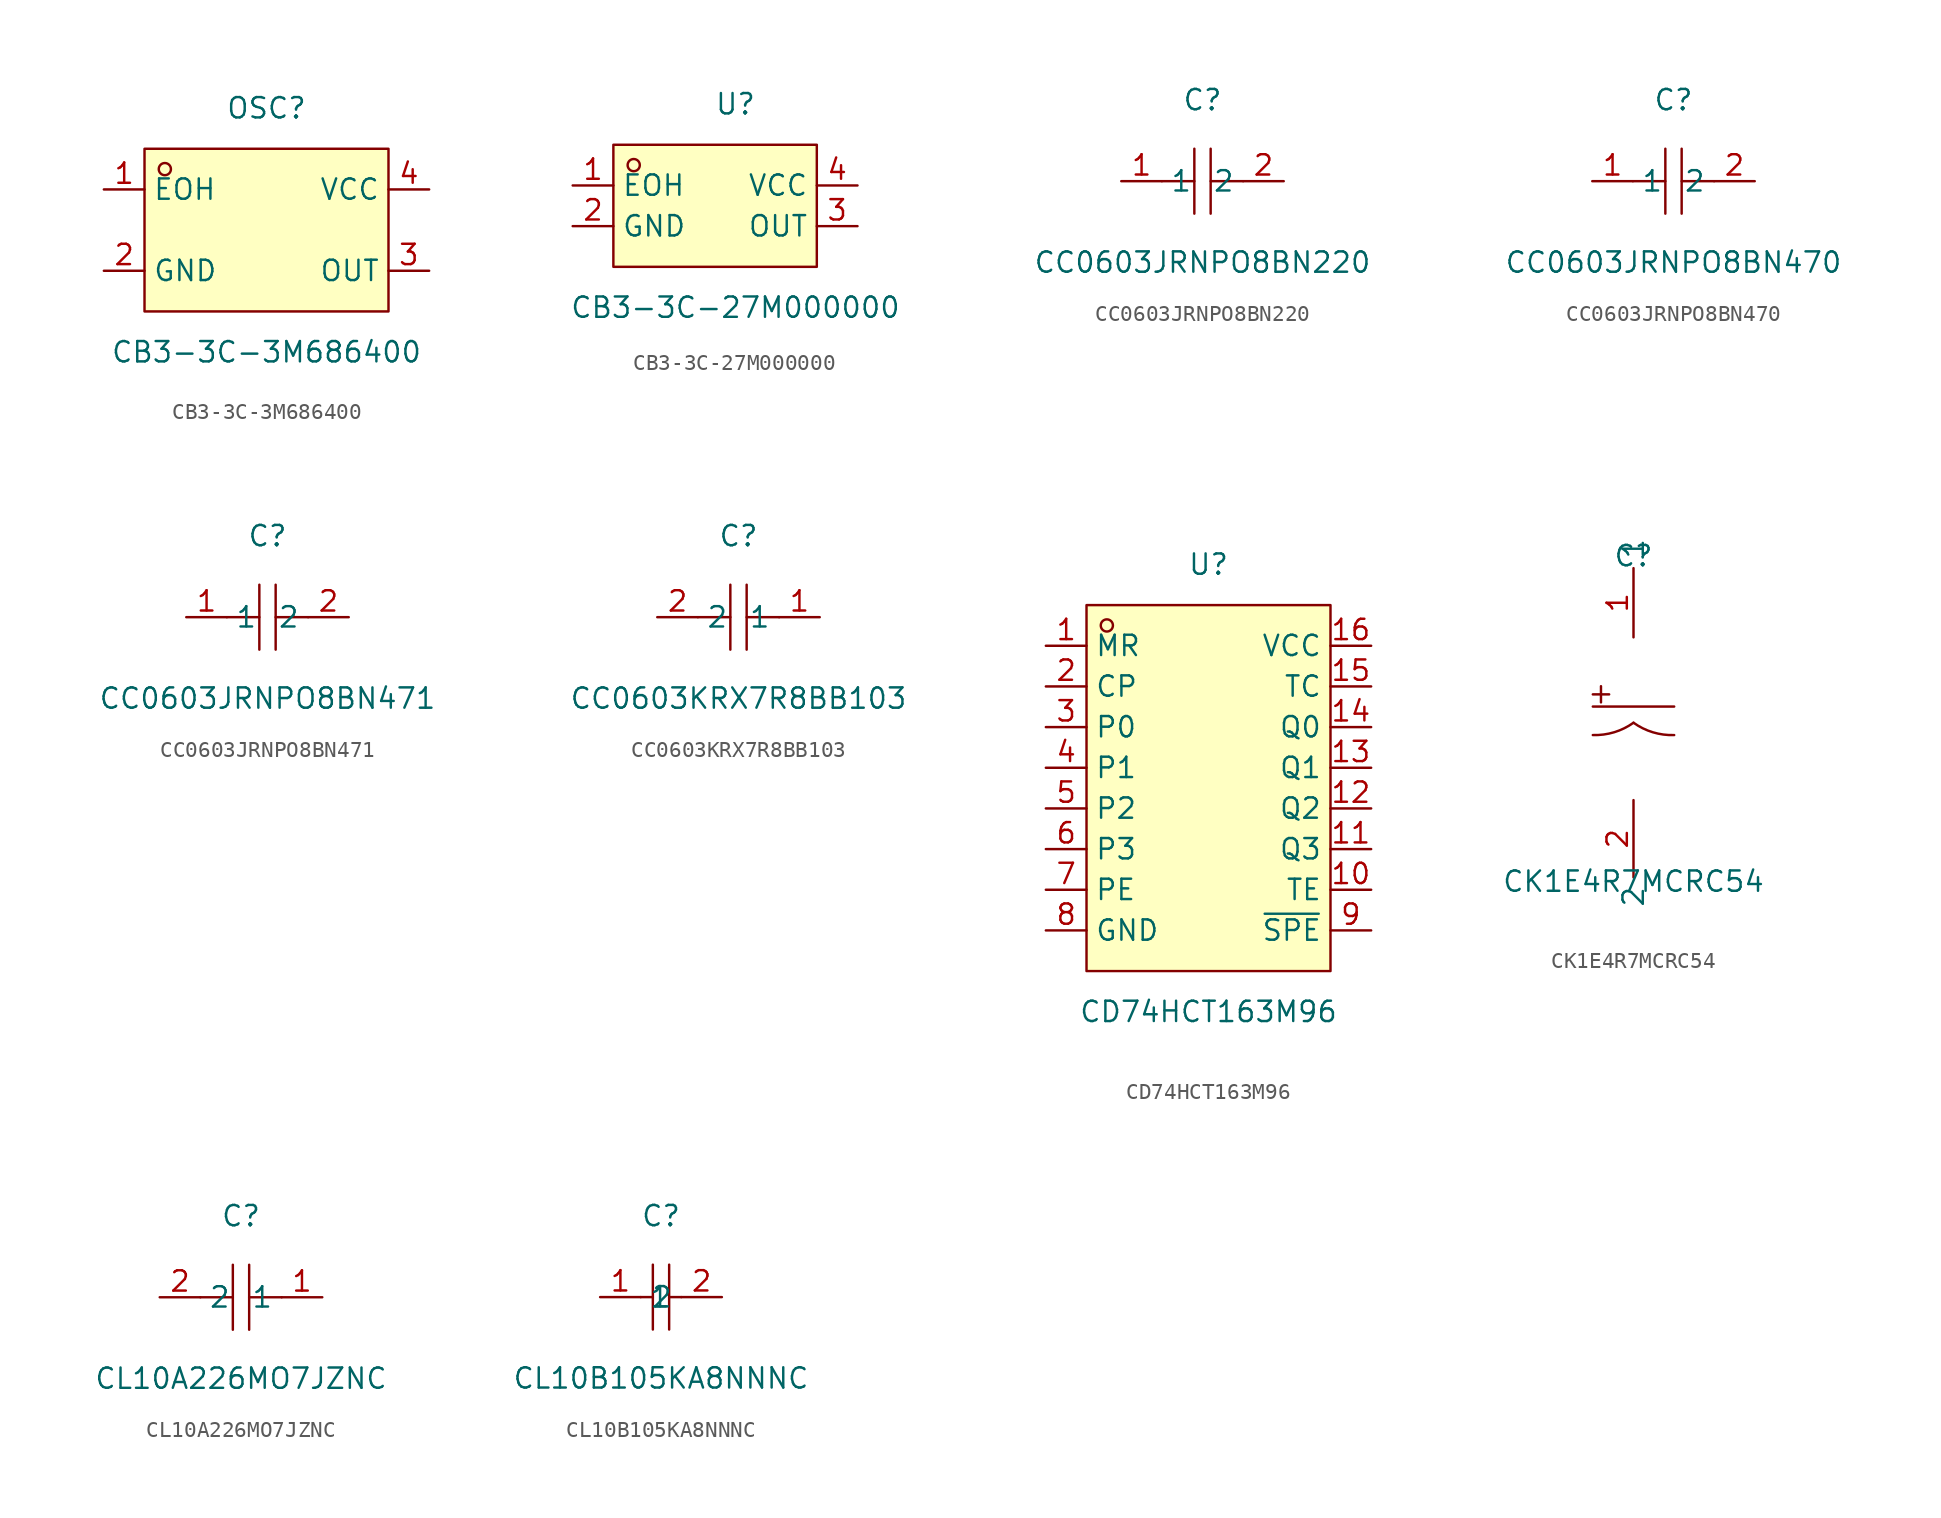
<source format=kicad_sym>
(kicad_symbol_lib
  (version 20211014)
  (generator https://github.com/uPesy/easyeda2kicad.py)
  (symbol "CB3-3C-3M686400"
    (property "Reference" "OSC"
      (at 0 7.62 0)
      (effects (font (size 1.27 1.27))))
    (property "Value" "CB3-3C-3M686400"
      (at 0 -7.62 0)
      (effects (font (size 1.27 1.27))))
    (symbol "CB3-3C-3M686400_0_1"
      (rectangle (start -7.62 5.08) (end 7.62 -5.08) (stroke (width 0) (type default) (color 0 0 0 0)) (fill (type background)))
      (circle (center -6.35 3.81) (radius 0.38) (stroke (width 0) (type default) (color 0 0 0 0)) (fill (type none)))
      (pin unspecified line (at 10.16 2.54 180) (length 2.54) (name "VCC" (effects (font (size 1.27 1.27)))) (number "4" (effects (font (size 1.27 1.27)))))
      (pin unspecified line (at 10.16 -2.54 180) (length 2.54) (name "OUT" (effects (font (size 1.27 1.27)))) (number "3" (effects (font (size 1.27 1.27)))))
      (pin unspecified line (at -10.16 -2.54 0) (length 2.54) (name "GND" (effects (font (size 1.27 1.27)))) (number "2" (effects (font (size 1.27 1.27)))))
      (pin unspecified line (at -10.16 2.54 0) (length 2.54) (name "EOH" (effects (font (size 1.27 1.27)))) (number "1" (effects (font (size 1.27 1.27)))))))
  (symbol "CB3-3C-27M000000"
    (property "Reference" "U"
      (at 0 7.62 0)
      (effects (font (size 1.27 1.27))))
    (property "Value" "CB3-3C-27M000000"
      (at 0 -5.08 0)
      (effects (font (size 1.27 1.27))))
    (symbol "CB3-3C-27M000000_0_1"
      (rectangle (start -7.62 5.08) (end 5.08 -2.54) (stroke (width 0) (type default) (color 0 0 0 0)) (fill (type background)))
      (circle (center -6.35 3.81) (radius 0.38) (stroke (width 0) (type default) (color 0 0 0 0)) (fill (type none)))
      (pin unspecified line (at 7.62 2.54 180) (length 2.54) (name "VCC" (effects (font (size 1.27 1.27)))) (number "4" (effects (font (size 1.27 1.27)))))
      (pin unspecified line (at 7.62 -0.00 180) (length 2.54) (name "OUT" (effects (font (size 1.27 1.27)))) (number "3" (effects (font (size 1.27 1.27)))))
      (pin unspecified line (at -10.16 -0.00 0) (length 2.54) (name "GND" (effects (font (size 1.27 1.27)))) (number "2" (effects (font (size 1.27 1.27)))))
      (pin unspecified line (at -10.16 2.54 0) (length 2.54) (name "EOH" (effects (font (size 1.27 1.27)))) (number "1" (effects (font (size 1.27 1.27)))))))
  (symbol "CC0603JRNPO8BN220"
    (property "Reference" "C"
      (at 0 5.08 0)
      (effects (font (size 1.27 1.27))))
    (property "Value" "CC0603JRNPO8BN220"
      (at 0 -5.08 0)
      (effects (font (size 1.27 1.27))))
    (symbol "CC0603JRNPO8BN220_0_1"
      (polyline (pts (xy -0.51 -2.03) (xy -0.51 2.03)) (stroke (width 0) (type default) (color 0 0 0 0)) (fill (type none)))
      (polyline (pts (xy 2.54 -0.00) (xy 0.51 -0.00)) (stroke (width 0) (type default) (color 0 0 0 0)) (fill (type none)))
      (polyline (pts (xy 0.51 2.03) (xy 0.51 -2.03)) (stroke (width 0) (type default) (color 0 0 0 0)) (fill (type none)))
      (polyline (pts (xy -0.51 -0.00) (xy -2.54 -0.00)) (stroke (width 0) (type default) (color 0 0 0 0)) (fill (type none)))
      (pin unspecified line (at -5.08 -0.00 0) (length 2.54) (name "1" (effects (font (size 1.27 1.27)))) (number "1" (effects (font (size 1.27 1.27)))))
      (pin unspecified line (at 5.08 -0.00 180) (length 2.54) (name "2" (effects (font (size 1.27 1.27)))) (number "2" (effects (font (size 1.27 1.27)))))))
  (symbol "CC0603JRNPO8BN470"
    (property "Reference" "C"
      (at 0 5.08 0)
      (effects (font (size 1.27 1.27))))
    (property "Value" "CC0603JRNPO8BN470"
      (at 0 -5.08 0)
      (effects (font (size 1.27 1.27))))
    (symbol "CC0603JRNPO8BN470_0_1"
      (polyline (pts (xy -0.51 -2.03) (xy -0.51 2.03)) (stroke (width 0) (type default) (color 0 0 0 0)) (fill (type none)))
      (polyline (pts (xy 2.54 -0.00) (xy 0.51 -0.00)) (stroke (width 0) (type default) (color 0 0 0 0)) (fill (type none)))
      (polyline (pts (xy 0.51 2.03) (xy 0.51 -2.03)) (stroke (width 0) (type default) (color 0 0 0 0)) (fill (type none)))
      (polyline (pts (xy -0.51 -0.00) (xy -2.54 -0.00)) (stroke (width 0) (type default) (color 0 0 0 0)) (fill (type none)))
      (pin unspecified line (at -5.08 -0.00 0) (length 2.54) (name "1" (effects (font (size 1.27 1.27)))) (number "1" (effects (font (size 1.27 1.27)))))
      (pin unspecified line (at 5.08 -0.00 180) (length 2.54) (name "2" (effects (font (size 1.27 1.27)))) (number "2" (effects (font (size 1.27 1.27)))))))
  (symbol "CC0603JRNPO8BN471"
    (property "Reference" "C"
      (at 0 5.08 0)
      (effects (font (size 1.27 1.27))))
    (property "Value" "CC0603JRNPO8BN471"
      (at 0 -5.08 0)
      (effects (font (size 1.27 1.27))))
    (symbol "CC0603JRNPO8BN471_0_1"
      (polyline (pts (xy -0.51 -2.03) (xy -0.51 2.03)) (stroke (width 0) (type default) (color 0 0 0 0)) (fill (type none)))
      (polyline (pts (xy 2.54 -0.00) (xy 0.51 -0.00)) (stroke (width 0) (type default) (color 0 0 0 0)) (fill (type none)))
      (polyline (pts (xy 0.51 2.03) (xy 0.51 -2.03)) (stroke (width 0) (type default) (color 0 0 0 0)) (fill (type none)))
      (polyline (pts (xy -0.51 -0.00) (xy -2.54 -0.00)) (stroke (width 0) (type default) (color 0 0 0 0)) (fill (type none)))
      (pin unspecified line (at -5.08 -0.00 0) (length 2.54) (name "1" (effects (font (size 1.27 1.27)))) (number "1" (effects (font (size 1.27 1.27)))))
      (pin unspecified line (at 5.08 -0.00 180) (length 2.54) (name "2" (effects (font (size 1.27 1.27)))) (number "2" (effects (font (size 1.27 1.27)))))))
  (symbol "CC0603KRX7R8BB103"
    (property "Reference" "C"
      (at 0 5.08 0)
      (effects (font (size 1.27 1.27))))
    (property "Value" "CC0603KRX7R8BB103"
      (at 0 -5.08 0)
      (effects (font (size 1.27 1.27))))
    (symbol "CC0603KRX7R8BB103_0_1"
      (polyline (pts (xy 0.51 2.03) (xy 0.51 -2.03)) (stroke (width 0) (type default) (color 0 0 0 0)) (fill (type none)))
      (polyline (pts (xy -2.54 -0.00) (xy -0.51 -0.00)) (stroke (width 0) (type default) (color 0 0 0 0)) (fill (type none)))
      (polyline (pts (xy -0.51 -2.03) (xy -0.51 2.03)) (stroke (width 0) (type default) (color 0 0 0 0)) (fill (type none)))
      (polyline (pts (xy 0.51 -0.00) (xy 2.54 -0.00)) (stroke (width 0) (type default) (color 0 0 0 0)) (fill (type none)))
      (pin unspecified line (at 5.08 -0.00 180) (length 2.54) (name "1" (effects (font (size 1.27 1.27)))) (number "1" (effects (font (size 1.27 1.27)))))
      (pin unspecified line (at -5.08 -0.00 0) (length 2.54) (name "2" (effects (font (size 1.27 1.27)))) (number "2" (effects (font (size 1.27 1.27)))))))
  (symbol "CD74HCT163M96"
    (property "Reference" "U"
      (at 0 13.97 0)
      (effects (font (size 1.27 1.27))))
    (property "Value" "CD74HCT163M96"
      (at 0 -13.97 0)
      (effects (font (size 1.27 1.27))))
    (symbol "CD74HCT163M96_0_1"
      (rectangle (start -7.62 11.43) (end 7.62 -11.43) (stroke (width 0) (type default) (color 0 0 0 0)) (fill (type background)))
      (circle (center -6.35 10.16) (radius 0.38) (stroke (width 0) (type default) (color 0 0 0 0)) (fill (type none)))
      (pin unspecified line (at 10.16 8.89 180) (length 2.54) (name "VCC" (effects (font (size 1.27 1.27)))) (number "16" (effects (font (size 1.27 1.27)))))
      (pin unspecified line (at 10.16 6.35 180) (length 2.54) (name "TC" (effects (font (size 1.27 1.27)))) (number "15" (effects (font (size 1.27 1.27)))))
      (pin unspecified line (at 10.16 3.81 180) (length 2.54) (name "Q0" (effects (font (size 1.27 1.27)))) (number "14" (effects (font (size 1.27 1.27)))))
      (pin unspecified line (at 10.16 1.27 180) (length 2.54) (name "Q1" (effects (font (size 1.27 1.27)))) (number "13" (effects (font (size 1.27 1.27)))))
      (pin unspecified line (at 10.16 -1.27 180) (length 2.54) (name "Q2" (effects (font (size 1.27 1.27)))) (number "12" (effects (font (size 1.27 1.27)))))
      (pin unspecified line (at 10.16 -3.81 180) (length 2.54) (name "Q3" (effects (font (size 1.27 1.27)))) (number "11" (effects (font (size 1.27 1.27)))))
      (pin unspecified line (at 10.16 -6.35 180) (length 2.54) (name "TE" (effects (font (size 1.27 1.27)))) (number "10" (effects (font (size 1.27 1.27)))))
      (pin unspecified line (at 10.16 -8.89 180) (length 2.54) (name "~{SPE}" (effects (font (size 1.27 1.27)))) (number "9" (effects (font (size 1.27 1.27)))))
      (pin unspecified line (at -10.16 -8.89 0) (length 2.54) (name "GND" (effects (font (size 1.27 1.27)))) (number "8" (effects (font (size 1.27 1.27)))))
      (pin unspecified line (at -10.16 -6.35 0) (length 2.54) (name "PE" (effects (font (size 1.27 1.27)))) (number "7" (effects (font (size 1.27 1.27)))))
      (pin unspecified line (at -10.16 -3.81 0) (length 2.54) (name "P3" (effects (font (size 1.27 1.27)))) (number "6" (effects (font (size 1.27 1.27)))))
      (pin unspecified line (at -10.16 -1.27 0) (length 2.54) (name "P2" (effects (font (size 1.27 1.27)))) (number "5" (effects (font (size 1.27 1.27)))))
      (pin unspecified line (at -10.16 1.27 0) (length 2.54) (name "P1" (effects (font (size 1.27 1.27)))) (number "4" (effects (font (size 1.27 1.27)))))
      (pin unspecified line (at -10.16 3.81 0) (length 2.54) (name "P0" (effects (font (size 1.27 1.27)))) (number "3" (effects (font (size 1.27 1.27)))))
      (pin unspecified line (at -10.16 6.35 0) (length 2.54) (name "CP" (effects (font (size 1.27 1.27)))) (number "2" (effects (font (size 1.27 1.27)))))
      (pin unspecified line (at -10.16 8.89 0) (length 2.54) (name "MR" (effects (font (size 1.27 1.27)))) (number "1" (effects (font (size 1.27 1.27)))))))
  (symbol "CK1E4R7MCRC54"
    (property "Reference" "C"
      (at 0 10.16 0)
      (effects (font (size 1.27 1.27))))
    (property "Value" "CK1E4R7MCRC54"
      (at 0 -10.16 0)
      (effects (font (size 1.27 1.27))))
    (symbol "CK1E4R7MCRC54_0_1"
      (rectangle (start -2.54 1.52) (end -1.52 1.52) (stroke (width 0) (type default) (color 0 0 0 0)) (fill (type background)))
      (rectangle (start -2.03 2.03) (end -2.03 1.02) (stroke (width 0) (type default) (color 0 0 0 0)) (fill (type background)))
      (arc (start 0.00 -0.25) (mid 4.23 -4.70) (end 2.54 -1.02) (stroke (width 0) (type default) (color 0 0 0 0)) (fill (type none)))
      (arc (start -2.54 -1.02) (mid 3.94 -3.72) (end 0.00 -0.25) (stroke (width 0) (type default) (color 0 0 0 0)) (fill (type none)))
      (polyline (pts (xy -2.54 0.76) (xy 2.54 0.76)) (stroke (width 0) (type default) (color 0 0 0 0)) (fill (type none)))
      (pin unspecified line (at 0.00 5.08 90) (length 4.318) (name "1" (effects (font (size 1.27 1.27)))) (number "1" (effects (font (size 1.27 1.27)))))
      (pin unspecified line (at 0.00 -5.08 270) (length 4.826) (name "2" (effects (font (size 1.27 1.27)))) (number "2" (effects (font (size 1.27 1.27)))))))
  (symbol "CL10A226MO7JZNC"
    (property "Reference" "C"
      (at 0 5.08 0)
      (effects (font (size 1.27 1.27))))
    (property "Value" "CL10A226MO7JZNC"
      (at 0 -5.08 0)
      (effects (font (size 1.27 1.27))))
    (symbol "CL10A226MO7JZNC_0_1"
      (polyline (pts (xy 0.51 2.03) (xy 0.51 -2.03)) (stroke (width 0) (type default) (color 0 0 0 0)) (fill (type none)))
      (polyline (pts (xy -2.54 -0.00) (xy -0.51 -0.00)) (stroke (width 0) (type default) (color 0 0 0 0)) (fill (type none)))
      (polyline (pts (xy -0.51 -2.03) (xy -0.51 2.03)) (stroke (width 0) (type default) (color 0 0 0 0)) (fill (type none)))
      (polyline (pts (xy 0.51 -0.00) (xy 2.54 -0.00)) (stroke (width 0) (type default) (color 0 0 0 0)) (fill (type none)))
      (pin unspecified line (at 5.08 -0.00 180) (length 2.54) (name "1" (effects (font (size 1.27 1.27)))) (number "1" (effects (font (size 1.27 1.27)))))
      (pin unspecified line (at -5.08 -0.00 0) (length 2.54) (name "2" (effects (font (size 1.27 1.27)))) (number "2" (effects (font (size 1.27 1.27)))))))
  (symbol "CL10B105KA8NNNC"
    (property "Reference" "C"
      (at 0 5.08 0)
      (effects (font (size 1.27 1.27))))
    (property "Value" "CL10B105KA8NNNC"
      (at 0 -5.08 0)
      (effects (font (size 1.27 1.27))))
    (symbol "CL10B105KA8NNNC_0_1"
      (polyline (pts (xy -0.51 2.03) (xy -0.51 -2.03)) (stroke (width 0) (type default) (color 0 0 0 0)) (fill (type none)))
      (polyline (pts (xy 0.51 2.03) (xy 0.51 -2.03)) (stroke (width 0) (type default) (color 0 0 0 0)) (fill (type none)))
      (polyline (pts (xy -1.27 -0.00) (xy -0.51 -0.00)) (stroke (width 0) (type default) (color 0 0 0 0)) (fill (type none)))
      (polyline (pts (xy 0.51 -0.00) (xy 1.27 -0.00)) (stroke (width 0) (type default) (color 0 0 0 0)) (fill (type none)))
      (pin input line (at -3.81 -0.00 0) (length 2.54) (name "1" (effects (font (size 1.27 1.27)))) (number "1" (effects (font (size 1.27 1.27)))))
      (pin input line (at 3.81 -0.00 180) (length 2.54) (name "2" (effects (font (size 1.27 1.27)))) (number "2" (effects (font (size 1.27 1.27))))))))
</source>
